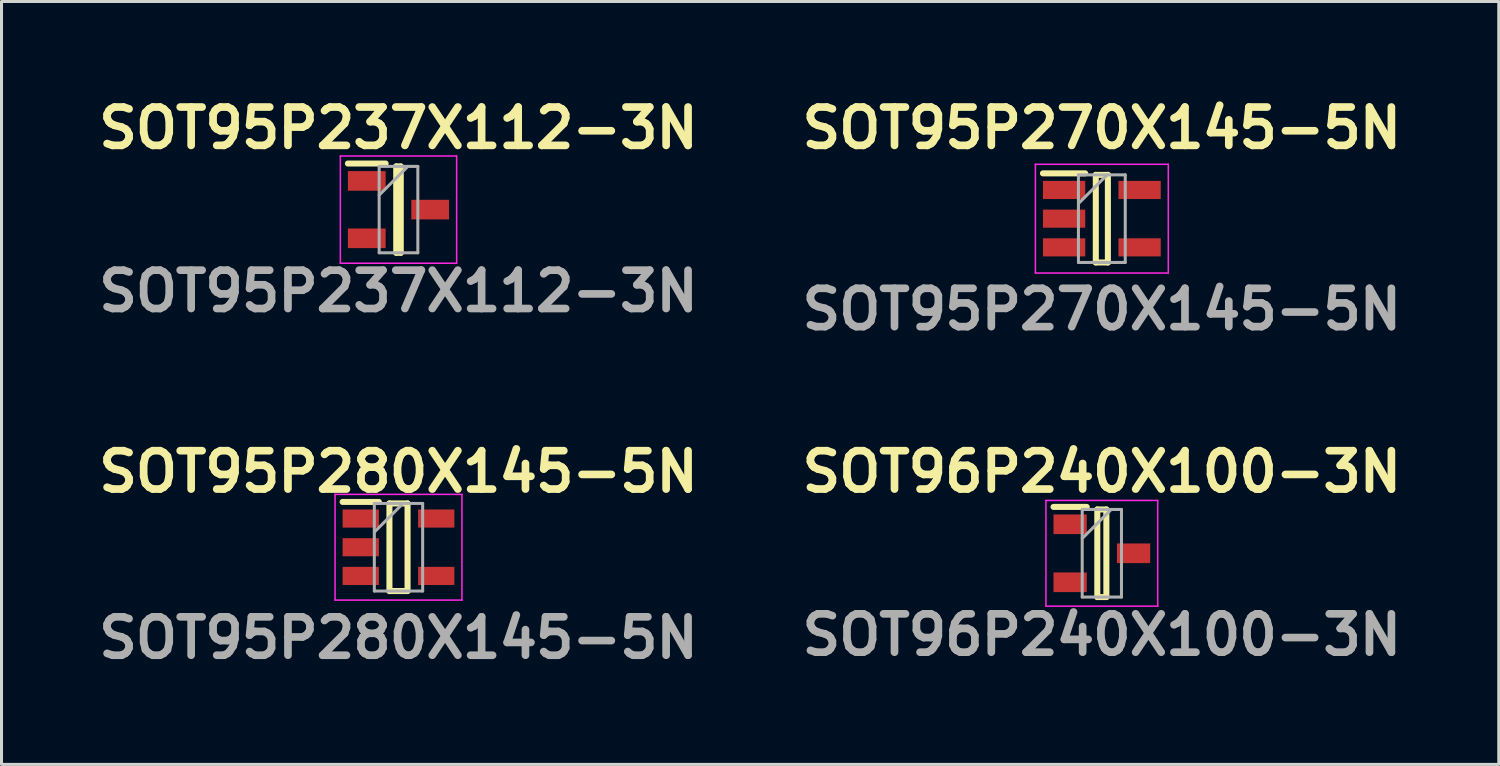
<source format=kicad_pcb>
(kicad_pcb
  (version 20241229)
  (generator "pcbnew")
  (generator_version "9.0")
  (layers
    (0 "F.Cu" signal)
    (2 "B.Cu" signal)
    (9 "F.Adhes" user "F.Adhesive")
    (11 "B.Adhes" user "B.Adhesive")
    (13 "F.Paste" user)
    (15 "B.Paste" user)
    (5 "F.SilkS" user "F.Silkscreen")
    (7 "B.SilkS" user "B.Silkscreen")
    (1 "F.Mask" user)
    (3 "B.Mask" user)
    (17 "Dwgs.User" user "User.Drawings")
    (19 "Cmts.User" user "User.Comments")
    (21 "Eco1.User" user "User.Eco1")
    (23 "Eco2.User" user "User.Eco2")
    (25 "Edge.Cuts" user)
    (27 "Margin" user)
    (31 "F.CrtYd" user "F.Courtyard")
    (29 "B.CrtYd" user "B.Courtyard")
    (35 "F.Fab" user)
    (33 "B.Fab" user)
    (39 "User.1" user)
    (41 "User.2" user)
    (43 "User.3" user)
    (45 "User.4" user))
  (footprint "SOT95P237X112-3N"
    (layer "F.Cu")
    (at 10.142 3.889)
    (property "Reference" "SOT95P237X112-3N" (at 0 -2.7 0) (layer "F.SilkS") (effects (font (size 1.27 1.27) (thickness 0.254))))
    (attr smd)
    (fp_line (start -1.675 -1.525) (end -0.425 -1.525) (stroke (width 0.2) (type solid)) (layer "F.SilkS"))
    (fp_line (start -0.075 -1.43) (end 0.075 -1.43) (stroke (width 0.2) (type solid)) (layer "F.SilkS"))
    (fp_line (start -0.075 1.43) (end -0.075 -1.43) (stroke (width 0.2) (type solid)) (layer "F.SilkS"))
    (fp_line (start 0.075 -1.43) (end 0.075 1.43) (stroke (width 0.2) (type solid)) (layer "F.SilkS"))
    (fp_line (start 0.075 1.43) (end -0.075 1.43) (stroke (width 0.2) (type solid)) (layer "F.SilkS"))
    (fp_line (start -1.925 -1.775) (end 1.925 -1.775) (stroke (width 0.05) (type solid)) (layer "F.CrtYd"))
    (fp_line (start -1.925 1.775) (end -1.925 -1.775) (stroke (width 0.05) (type solid)) (layer "F.CrtYd"))
    (fp_line (start 1.925 -1.775) (end 1.925 1.775) (stroke (width 0.05) (type solid)) (layer "F.CrtYd"))
    (fp_line (start 1.925 1.775) (end -1.925 1.775) (stroke (width 0.05) (type solid)) (layer "F.CrtYd"))
    (fp_line (start -0.64 -1.43) (end 0.64 -1.43) (stroke (width 0.1) (type solid)) (layer "F.Fab"))
    (fp_line (start -0.64 -0.48) (end 0.31 -1.43) (stroke (width 0.1) (type solid)) (layer "F.Fab"))
    (fp_line (start -0.64 1.43) (end -0.64 -1.43) (stroke (width 0.1) (type solid)) (layer "F.Fab"))
    (fp_line (start 0.64 -1.43) (end 0.64 1.43) (stroke (width 0.1) (type solid)) (layer "F.Fab"))
    (fp_line (start 0.64 1.43) (end -0.64 1.43) (stroke (width 0.1) (type solid)) (layer "F.Fab"))
    (fp_text user "${REFERENCE}" (at 0 2.7 0) (layer "F.Fab") (effects (font (size 1.27 1.27) (thickness 0.254))))
    (pad "1" smd rect (at -1.05 -0.95 90) (size 0.65 1.25) (layers "F.Cu" "F.Mask" "F.Paste"))
    (pad "2" smd rect (at -1.05 0.95 90) (size 0.65 1.25) (layers "F.Cu" "F.Mask" "F.Paste"))
    (pad "3" smd rect (at 1.05 0 90) (size 0.65 1.25) (layers "F.Cu" "F.Mask" "F.Paste")))
  (footprint "SOT95P270X145-5N"
    (layer "F.Cu")
    (at 33.426 4.189)
    (property "Reference" "SOT95P270X145-5N" (at 0 -3 0) (layer "F.SilkS") (effects (font (size 1.27 1.27) (thickness 0.254))))
    (attr smd)
    (fp_line (start -1.95 -1.5) (end -0.55 -1.5) (stroke (width 0.2) (type solid)) (layer "F.SilkS"))
    (fp_line (start -0.2 -1.45) (end 0.2 -1.45) (stroke (width 0.2) (type solid)) (layer "F.SilkS"))
    (fp_line (start -0.2 1.45) (end -0.2 -1.45) (stroke (width 0.2) (type solid)) (layer "F.SilkS"))
    (fp_line (start 0.2 -1.45) (end 0.2 1.45) (stroke (width 0.2) (type solid)) (layer "F.SilkS"))
    (fp_line (start 0.2 1.45) (end -0.2 1.45) (stroke (width 0.2) (type solid)) (layer "F.SilkS"))
    (fp_line (start -2.2 -1.8) (end 2.2 -1.8) (stroke (width 0.05) (type solid)) (layer "F.CrtYd"))
    (fp_line (start -2.2 1.8) (end -2.2 -1.8) (stroke (width 0.05) (type solid)) (layer "F.CrtYd"))
    (fp_line (start 2.2 -1.8) (end 2.2 1.8) (stroke (width 0.05) (type solid)) (layer "F.CrtYd"))
    (fp_line (start 2.2 1.8) (end -2.2 1.8) (stroke (width 0.05) (type solid)) (layer "F.CrtYd"))
    (fp_line (start -0.775 -1.45) (end 0.775 -1.45) (stroke (width 0.1) (type solid)) (layer "F.Fab"))
    (fp_line (start -0.775 -0.5) (end 0.175 -1.45) (stroke (width 0.1) (type solid)) (layer "F.Fab"))
    (fp_line (start -0.775 1.45) (end -0.775 -1.45) (stroke (width 0.1) (type solid)) (layer "F.Fab"))
    (fp_line (start 0.775 -1.45) (end 0.775 1.45) (stroke (width 0.1) (type solid)) (layer "F.Fab"))
    (fp_line (start 0.775 1.45) (end -0.775 1.45) (stroke (width 0.1) (type solid)) (layer "F.Fab"))
    (fp_text user "${REFERENCE}" (at 0 3 0) (layer "F.Fab") (effects (font (size 1.27 1.27) (thickness 0.254))))
    (pad "1" smd rect (at -1.25 -0.95 90) (size 0.6 1.4) (layers "F.Cu" "F.Mask" "F.Paste"))
    (pad "2" smd rect (at -1.25 0 90) (size 0.6 1.4) (layers "F.Cu" "F.Mask" "F.Paste"))
    (pad "3" smd rect (at -1.25 0.95 90) (size 0.6 1.4) (layers "F.Cu" "F.Mask" "F.Paste"))
    (pad "4" smd rect (at 1.25 0.95 90) (size 0.6 1.4) (layers "F.Cu" "F.Mask" "F.Paste"))
    (pad "5" smd rect (at 1.25 -0.95 90) (size 0.6 1.4) (layers "F.Cu" "F.Mask" "F.Paste")))
  (footprint "SOT95P280X145-5N"
    (layer "F.Cu")
    (at 10.142 15.066)
    (property "Reference" "SOT95P280X145-5N" (at 0 -2.5 0) (layer "F.SilkS") (effects (font (size 1.27 1.27) (thickness 0.254))))
    (attr smd)
    (fp_line (start -1.85 -1.5) (end -0.65 -1.5) (stroke (width 0.2) (type solid)) (layer "F.SilkS"))
    (fp_line (start -0.3 -1.45) (end 0.3 -1.45) (stroke (width 0.2) (type solid)) (layer "F.SilkS"))
    (fp_line (start -0.3 1.45) (end -0.3 -1.45) (stroke (width 0.2) (type solid)) (layer "F.SilkS"))
    (fp_line (start 0.3 -1.45) (end 0.3 1.45) (stroke (width 0.2) (type solid)) (layer "F.SilkS"))
    (fp_line (start 0.3 1.45) (end -0.3 1.45) (stroke (width 0.2) (type solid)) (layer "F.SilkS"))
    (fp_line (start -2.1 -1.75) (end 2.1 -1.75) (stroke (width 0.05) (type solid)) (layer "F.CrtYd"))
    (fp_line (start -2.1 1.75) (end -2.1 -1.75) (stroke (width 0.05) (type solid)) (layer "F.CrtYd"))
    (fp_line (start 2.1 -1.75) (end 2.1 1.75) (stroke (width 0.05) (type solid)) (layer "F.CrtYd"))
    (fp_line (start 2.1 1.75) (end -2.1 1.75) (stroke (width 0.05) (type solid)) (layer "F.CrtYd"))
    (fp_line (start -0.8 -1.45) (end 0.8 -1.45) (stroke (width 0.1) (type solid)) (layer "F.Fab"))
    (fp_line (start -0.8 -0.5) (end 0.15 -1.45) (stroke (width 0.1) (type solid)) (layer "F.Fab"))
    (fp_line (start -0.8 1.45) (end -0.8 -1.45) (stroke (width 0.1) (type solid)) (layer "F.Fab"))
    (fp_line (start 0.8 -1.45) (end 0.8 1.45) (stroke (width 0.1) (type solid)) (layer "F.Fab"))
    (fp_line (start 0.8 1.45) (end -0.8 1.45) (stroke (width 0.1) (type solid)) (layer "F.Fab"))
    (fp_text user "${REFERENCE}" (at 0 3 0) (layer "F.Fab") (effects (font (size 1.27 1.27) (thickness 0.254))))
    (pad "1" smd rect (at -1.25 -0.95 90) (size 0.6 1.2) (layers "F.Cu" "F.Mask" "F.Paste"))
    (pad "2" smd rect (at -1.25 0 90) (size 0.6 1.2) (layers "F.Cu" "F.Mask" "F.Paste"))
    (pad "3" smd rect (at -1.25 0.95 90) (size 0.6 1.2) (layers "F.Cu" "F.Mask" "F.Paste"))
    (pad "4" smd rect (at 1.25 0.95 90) (size 0.6 1.2) (layers "F.Cu" "F.Mask" "F.Paste"))
    (pad "5" smd rect (at 1.25 -0.95 90) (size 0.6 1.2) (layers "F.Cu" "F.Mask" "F.Paste")))
  (footprint "SOT96P240X100-3N"
    (layer "F.Cu")
    (at 33.426 15.266)
    (property "Reference" "SOT96P240X100-3N" (at 0 -2.7 0) (layer "F.SilkS") (effects (font (size 1.27 1.27) (thickness 0.254))))
    (attr smd)
    (fp_line (start -1.6 -1.535) (end -0.5 -1.535) (stroke (width 0.2) (type solid)) (layer "F.SilkS"))
    (fp_line (start -0.15 -1.45) (end 0.15 -1.45) (stroke (width 0.2) (type solid)) (layer "F.SilkS"))
    (fp_line (start -0.15 1.45) (end -0.15 -1.45) (stroke (width 0.2) (type solid)) (layer "F.SilkS"))
    (fp_line (start 0.15 -1.45) (end 0.15 1.45) (stroke (width 0.2) (type solid)) (layer "F.SilkS"))
    (fp_line (start 0.15 1.45) (end -0.15 1.45) (stroke (width 0.2) (type solid)) (layer "F.SilkS"))
    (fp_line (start -1.85 -1.75) (end 1.85 -1.75) (stroke (width 0.05) (type solid)) (layer "F.CrtYd"))
    (fp_line (start -1.85 1.75) (end -1.85 -1.75) (stroke (width 0.05) (type solid)) (layer "F.CrtYd"))
    (fp_line (start 1.85 -1.75) (end 1.85 1.75) (stroke (width 0.05) (type solid)) (layer "F.CrtYd"))
    (fp_line (start 1.85 1.75) (end -1.85 1.75) (stroke (width 0.05) (type solid)) (layer "F.CrtYd"))
    (fp_line (start -0.65 -1.45) (end 0.65 -1.45) (stroke (width 0.1) (type solid)) (layer "F.Fab"))
    (fp_line (start -0.65 -0.49) (end 0.31 -1.45) (stroke (width 0.1) (type solid)) (layer "F.Fab"))
    (fp_line (start -0.65 1.45) (end -0.65 -1.45) (stroke (width 0.1) (type solid)) (layer "F.Fab"))
    (fp_line (start 0.65 -1.45) (end 0.65 1.45) (stroke (width 0.1) (type solid)) (layer "F.Fab"))
    (fp_line (start 0.65 1.45) (end -0.65 1.45) (stroke (width 0.1) (type solid)) (layer "F.Fab"))
    (fp_text user "${REFERENCE}" (at 0 2.7 0) (layer "F.Fab") (effects (font (size 1.27 1.27) (thickness 0.254))))
    (pad "1" smd rect (at -1.05 -0.96 90) (size 0.65 1.1) (layers "F.Cu" "F.Mask" "F.Paste"))
    (pad "2" smd rect (at -1.05 0.96 90) (size 0.65 1.1) (layers "F.Cu" "F.Mask" "F.Paste"))
    (pad "3" smd rect (at 1.05 0 90) (size 0.65 1.1) (layers "F.Cu" "F.Mask" "F.Paste")))
  (gr_rect
    (start -3 -3)
    (end 46.567 22.255)
    (stroke (width 0.1) (type default))
    (fill no)
    (layer "Edge.Cuts")))
</source>
